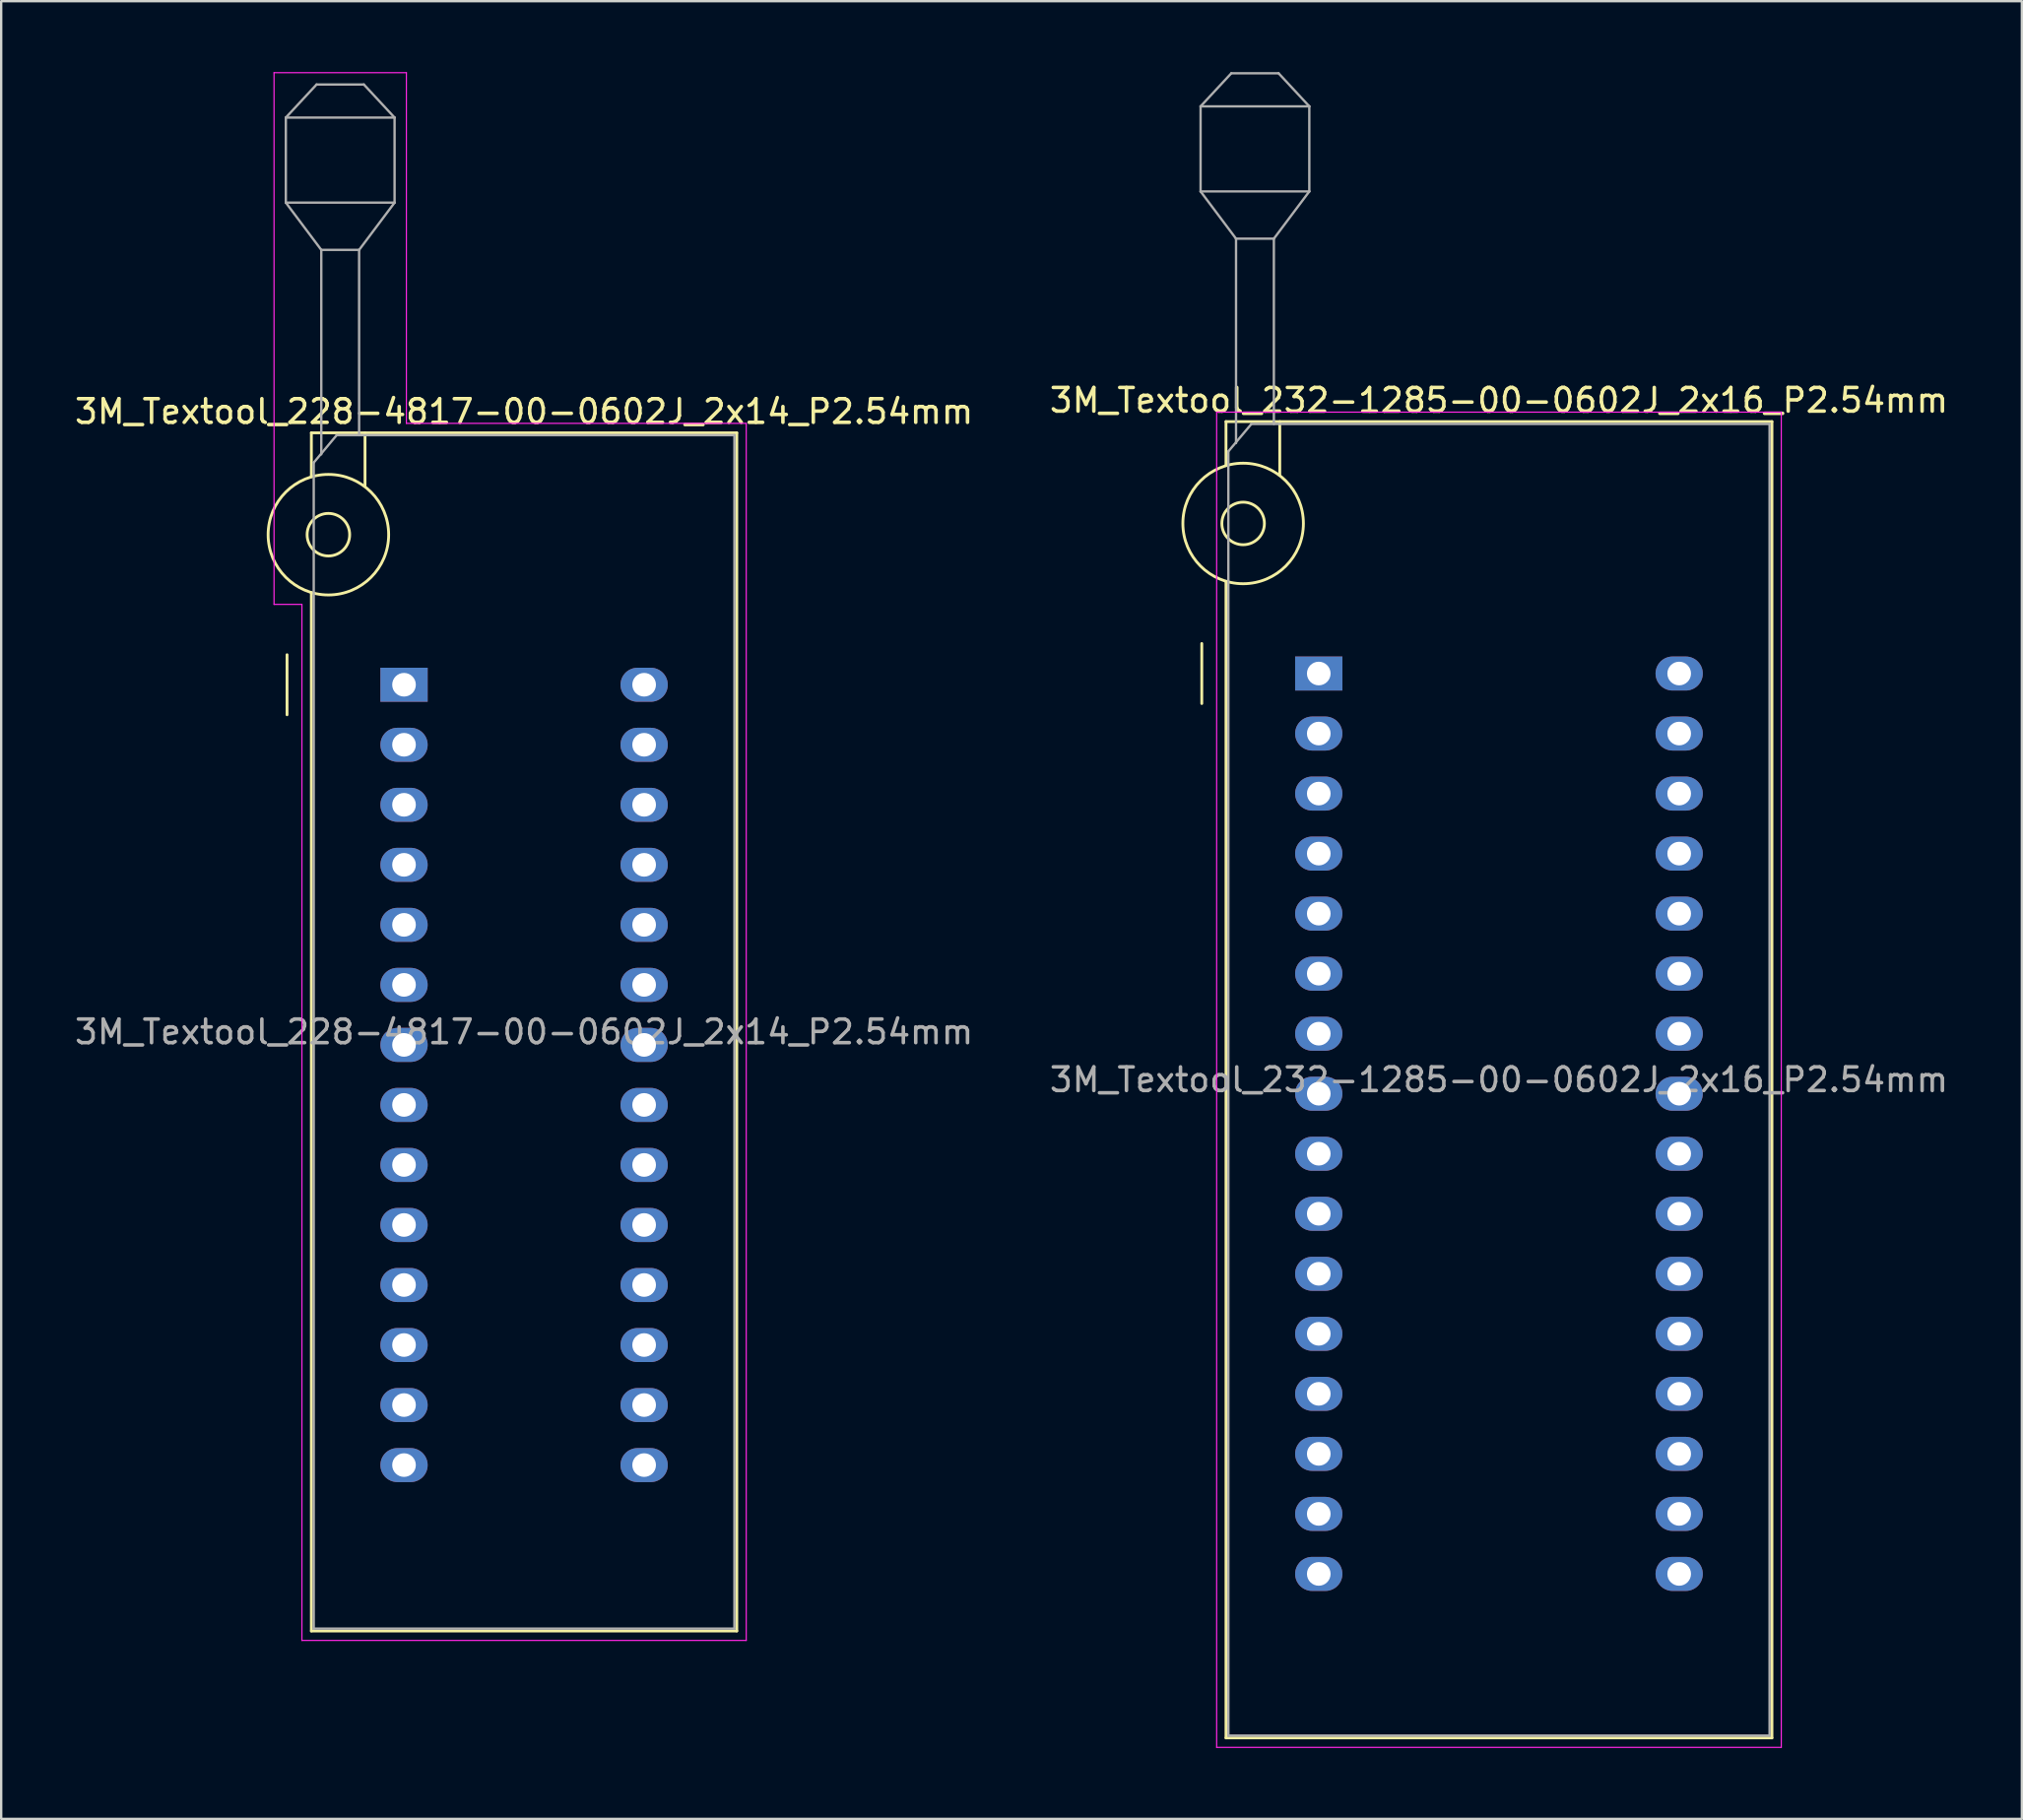
<source format=kicad_pcb>
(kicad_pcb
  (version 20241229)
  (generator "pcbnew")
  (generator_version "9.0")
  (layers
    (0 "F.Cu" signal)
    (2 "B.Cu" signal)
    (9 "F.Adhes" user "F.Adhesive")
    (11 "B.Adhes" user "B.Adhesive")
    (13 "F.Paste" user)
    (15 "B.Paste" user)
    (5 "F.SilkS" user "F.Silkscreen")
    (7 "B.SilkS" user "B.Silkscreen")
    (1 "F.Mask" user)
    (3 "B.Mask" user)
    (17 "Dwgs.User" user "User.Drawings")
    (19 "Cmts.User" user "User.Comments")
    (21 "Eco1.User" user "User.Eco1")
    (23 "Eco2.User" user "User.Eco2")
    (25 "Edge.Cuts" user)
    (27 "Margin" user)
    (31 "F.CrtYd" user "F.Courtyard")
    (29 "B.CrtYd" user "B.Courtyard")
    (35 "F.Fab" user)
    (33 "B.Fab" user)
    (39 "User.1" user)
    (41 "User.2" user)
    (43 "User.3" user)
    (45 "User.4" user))
  (footprint "3M_Textool_232-1285-00-0602J_2x16_P2.54mm"
    (layer "F.Cu")
    (at 52.75 25.45)
    (property "Reference" "3M_Textool_232-1285-00-0602J_2x16_P2.54mm" (at 7.625 -11.56 0) (layer "F.SilkS") (effects (font (size 1 1) (thickness 0.15))))
    (attr through_hole)
    (fp_line (start -4.95 1.27) (end -4.95 -1.27) (stroke (width 0.12) (type solid)) (layer "F.SilkS"))
    (fp_line (start -3.925 -10.66) (end -3.925 -8.8) (stroke (width 0.12) (type solid)) (layer "F.SilkS"))
    (fp_line (start -3.925 -3.9) (end -3.925 45.04) (stroke (width 0.12) (type solid)) (layer "F.SilkS"))
    (fp_line (start -3.925 45.04) (end 19.175 45.04) (stroke (width 0.12) (type solid)) (layer "F.SilkS"))
    (fp_line (start -1.65 -10.66) (end -1.65 -8.4) (stroke (width 0.12) (type solid)) (layer "F.SilkS"))
    (fp_line (start 19.175 -10.66) (end -3.925 -10.66) (stroke (width 0.12) (type solid)) (layer "F.SilkS"))
    (fp_line (start 19.175 45.04) (end 19.175 -10.66) (stroke (width 0.12) (type solid)) (layer "F.SilkS"))
    (fp_circle (center -3.2 -6.35) (end -2.3 -6.35) (stroke (width 0.12) (type solid)) (fill no) (layer "F.SilkS"))
    (fp_circle (center -3.2 -6.35) (end -0.65 -6.35) (stroke (width 0.12) (type solid)) (fill no) (layer "F.SilkS"))
    (fp_line (start -4.32 -11.06) (end -4.32 45.44) (stroke (width 0.05) (type solid)) (layer "F.CrtYd"))
    (fp_line (start -4.32 45.44) (end 19.57 45.44) (stroke (width 0.05) (type solid)) (layer "F.CrtYd"))
    (fp_line (start 19.57 -11.06) (end -4.32 -11.06) (stroke (width 0.05) (type solid)) (layer "F.CrtYd"))
    (fp_line (start 19.57 45.44) (end 19.57 -11.06) (stroke (width 0.05) (type solid)) (layer "F.CrtYd"))
    (fp_line (start -5 -24) (end -5 -20.4) (stroke (width 0.1) (type solid)) (layer "F.Fab"))
    (fp_line (start -5 -24) (end -3.7 -25.4) (stroke (width 0.1) (type solid)) (layer "F.Fab"))
    (fp_line (start -5 -20.4) (end -3.5 -18.4) (stroke (width 0.1) (type solid)) (layer "F.Fab"))
    (fp_line (start -5 -20.4) (end -0.4 -20.4) (stroke (width 0.1) (type solid)) (layer "F.Fab"))
    (fp_line (start -3.825 -9.4) (end -2.85 -10.56) (stroke (width 0.1) (type solid)) (layer "F.Fab"))
    (fp_line (start -3.825 44.94) (end -3.825 -9.4) (stroke (width 0.1) (type solid)) (layer "F.Fab"))
    (fp_line (start -3.7 -25.4) (end -1.7 -25.4) (stroke (width 0.1) (type solid)) (layer "F.Fab"))
    (fp_line (start -3.5 -18.4) (end -1.9 -18.4) (stroke (width 0.1) (type solid)) (layer "F.Fab"))
    (fp_line (start -3.5 -9.75) (end -3.5 -18.4) (stroke (width 0.1) (type solid)) (layer "F.Fab"))
    (fp_line (start -2.85 -10.56) (end 19.075 -10.56) (stroke (width 0.1) (type solid)) (layer "F.Fab"))
    (fp_line (start -1.9 -18.4) (end -1.9 -10.56) (stroke (width 0.1) (type solid)) (layer "F.Fab"))
    (fp_line (start -1.7 -25.4) (end -0.4 -24) (stroke (width 0.1) (type solid)) (layer "F.Fab"))
    (fp_line (start -0.4 -24) (end -5 -24) (stroke (width 0.1) (type solid)) (layer "F.Fab"))
    (fp_line (start -0.4 -20.4) (end -1.9 -18.4) (stroke (width 0.1) (type solid)) (layer "F.Fab"))
    (fp_line (start -0.4 -20.4) (end -0.4 -24) (stroke (width 0.1) (type solid)) (layer "F.Fab"))
    (fp_line (start 19.075 -10.56) (end 19.075 44.94) (stroke (width 0.1) (type solid)) (layer "F.Fab"))
    (fp_line (start 19.075 44.94) (end -3.825 44.94) (stroke (width 0.1) (type solid)) (layer "F.Fab"))
    (fp_text user "${REFERENCE}" (at 7.625 17.19 0) (layer "F.Fab") (effects (font (size 1 1) (thickness 0.15))))
    (pad "1" thru_hole rect (at 0 0) (size 2 1.44) (drill 1) (layers "*.Cu" "*.Mask"))
    (pad "2" thru_hole oval (at 0 2.54) (size 2 1.44) (drill 1) (layers "*.Cu" "*.Mask"))
    (pad "3" thru_hole oval (at 0 5.08) (size 2 1.44) (drill 1) (layers "*.Cu" "*.Mask"))
    (pad "4" thru_hole oval (at 0 7.62) (size 2 1.44) (drill 1) (layers "*.Cu" "*.Mask"))
    (pad "5" thru_hole oval (at 0 10.16) (size 2 1.44) (drill 1) (layers "*.Cu" "*.Mask"))
    (pad "6" thru_hole oval (at 0 12.7) (size 2 1.44) (drill 1) (layers "*.Cu" "*.Mask"))
    (pad "7" thru_hole oval (at 0 15.24) (size 2 1.44) (drill 1) (layers "*.Cu" "*.Mask"))
    (pad "8" thru_hole oval (at 0 17.78) (size 2 1.44) (drill 1) (layers "*.Cu" "*.Mask"))
    (pad "9" thru_hole oval (at 0 20.32) (size 2 1.44) (drill 1) (layers "*.Cu" "*.Mask"))
    (pad "10" thru_hole oval (at 0 22.86) (size 2 1.44) (drill 1) (layers "*.Cu" "*.Mask"))
    (pad "11" thru_hole oval (at 0 25.4) (size 2 1.44) (drill 1) (layers "*.Cu" "*.Mask"))
    (pad "12" thru_hole oval (at 0 27.94) (size 2 1.44) (drill 1) (layers "*.Cu" "*.Mask"))
    (pad "13" thru_hole oval (at 0 30.48) (size 2 1.44) (drill 1) (layers "*.Cu" "*.Mask"))
    (pad "14" thru_hole oval (at 0 33.02) (size 2 1.44) (drill 1) (layers "*.Cu" "*.Mask"))
    (pad "15" thru_hole oval (at 0 35.56) (size 2 1.44) (drill 1) (layers "*.Cu" "*.Mask"))
    (pad "16" thru_hole oval (at 0 38.1) (size 2 1.44) (drill 1) (layers "*.Cu" "*.Mask"))
    (pad "17" thru_hole oval (at 15.25 38.1) (size 2 1.44) (drill 1) (layers "*.Cu" "*.Mask"))
    (pad "18" thru_hole oval (at 15.25 35.56) (size 2 1.44) (drill 1) (layers "*.Cu" "*.Mask"))
    (pad "19" thru_hole oval (at 15.25 33.02) (size 2 1.44) (drill 1) (layers "*.Cu" "*.Mask"))
    (pad "20" thru_hole oval (at 15.25 30.48) (size 2 1.44) (drill 1) (layers "*.Cu" "*.Mask"))
    (pad "21" thru_hole oval (at 15.25 27.94) (size 2 1.44) (drill 1) (layers "*.Cu" "*.Mask"))
    (pad "22" thru_hole oval (at 15.25 25.4) (size 2 1.44) (drill 1) (layers "*.Cu" "*.Mask"))
    (pad "23" thru_hole oval (at 15.25 22.86) (size 2 1.44) (drill 1) (layers "*.Cu" "*.Mask"))
    (pad "24" thru_hole oval (at 15.25 20.32) (size 2 1.44) (drill 1) (layers "*.Cu" "*.Mask"))
    (pad "25" thru_hole oval (at 15.25 17.78) (size 2 1.44) (drill 1) (layers "*.Cu" "*.Mask"))
    (pad "26" thru_hole oval (at 15.25 15.24) (size 2 1.44) (drill 1) (layers "*.Cu" "*.Mask"))
    (pad "27" thru_hole oval (at 15.25 12.7) (size 2 1.44) (drill 1) (layers "*.Cu" "*.Mask"))
    (pad "28" thru_hole oval (at 15.25 10.16) (size 2 1.44) (drill 1) (layers "*.Cu" "*.Mask"))
    (pad "29" thru_hole oval (at 15.25 7.62) (size 2 1.44) (drill 1) (layers "*.Cu" "*.Mask"))
    (pad "30" thru_hole oval (at 15.25 5.08) (size 2 1.44) (drill 1) (layers "*.Cu" "*.Mask"))
    (pad "31" thru_hole oval (at 15.25 2.54) (size 2 1.44) (drill 1) (layers "*.Cu" "*.Mask"))
    (pad "32" thru_hole oval (at 15.25 0) (size 2 1.44) (drill 1) (layers "*.Cu" "*.Mask")))
  (footprint "3M_Textool_228-4817-00-0602J_2x14_P2.54mm"
    (layer "F.Cu")
    (at 14.045 25.925)
    (property "Reference" "3M_Textool_228-4817-00-0602J_2x14_P2.54mm" (at 5.08 -11.56 0) (layer "F.SilkS") (effects (font (size 1 1) (thickness 0.15))))
    (attr through_hole)
    (fp_line (start -4.95 1.27) (end -4.95 -1.27) (stroke (width 0.12) (type solid)) (layer "F.SilkS"))
    (fp_line (start -3.92 -10.66) (end -3.92 -8.8) (stroke (width 0.12) (type solid)) (layer "F.SilkS"))
    (fp_line (start -3.92 -3.9) (end -3.92 40.04) (stroke (width 0.12) (type solid)) (layer "F.SilkS"))
    (fp_line (start -3.92 40.04) (end 14.08 40.04) (stroke (width 0.12) (type solid)) (layer "F.SilkS"))
    (fp_line (start -1.65 -10.66) (end -1.65 -8.4) (stroke (width 0.12) (type solid)) (layer "F.SilkS"))
    (fp_line (start 14.08 -10.66) (end -3.92 -10.66) (stroke (width 0.12) (type solid)) (layer "F.SilkS"))
    (fp_line (start 14.08 40.04) (end 14.08 -10.66) (stroke (width 0.12) (type solid)) (layer "F.SilkS"))
    (fp_circle (center -3.2 -6.35) (end -2.3 -6.35) (stroke (width 0.12) (type solid)) (fill no) (layer "F.SilkS"))
    (fp_circle (center -3.2 -6.35) (end -0.65 -6.35) (stroke (width 0.12) (type solid)) (fill no) (layer "F.SilkS"))
    (fp_line (start -5.5 -25.9) (end 0.1 -25.9) (stroke (width 0.05) (type solid)) (layer "F.CrtYd"))
    (fp_line (start -5.5 -3.4) (end -5.5 -25.9) (stroke (width 0.05) (type solid)) (layer "F.CrtYd"))
    (fp_line (start -4.32 -3.4) (end -5.5 -3.4) (stroke (width 0.05) (type solid)) (layer "F.CrtYd"))
    (fp_line (start -4.32 40.44) (end -4.32 -3.4) (stroke (width 0.05) (type solid)) (layer "F.CrtYd"))
    (fp_line (start 0.1 -25.9) (end 0.1 -11.06) (stroke (width 0.05) (type solid)) (layer "F.CrtYd"))
    (fp_line (start 0.1 -11.06) (end 14.48 -11.06) (stroke (width 0.05) (type solid)) (layer "F.CrtYd"))
    (fp_line (start 14.48 -11.06) (end 14.48 40.44) (stroke (width 0.05) (type solid)) (layer "F.CrtYd"))
    (fp_line (start 14.48 40.44) (end -4.32 40.44) (stroke (width 0.05) (type solid)) (layer "F.CrtYd"))
    (fp_line (start -5 -24) (end -5 -20.4) (stroke (width 0.1) (type solid)) (layer "F.Fab"))
    (fp_line (start -5 -24) (end -3.7 -25.4) (stroke (width 0.1) (type solid)) (layer "F.Fab"))
    (fp_line (start -5 -20.4) (end -3.5 -18.4) (stroke (width 0.1) (type solid)) (layer "F.Fab"))
    (fp_line (start -5 -20.4) (end -0.4 -20.4) (stroke (width 0.1) (type solid)) (layer "F.Fab"))
    (fp_line (start -3.82 -9.4) (end -2.85 -10.56) (stroke (width 0.1) (type solid)) (layer "F.Fab"))
    (fp_line (start -3.82 39.94) (end -3.82 -9.4) (stroke (width 0.1) (type solid)) (layer "F.Fab"))
    (fp_line (start -3.7 -25.4) (end -1.7 -25.4) (stroke (width 0.1) (type solid)) (layer "F.Fab"))
    (fp_line (start -3.5 -18.4) (end -1.9 -18.4) (stroke (width 0.1) (type solid)) (layer "F.Fab"))
    (fp_line (start -3.5 -9.75) (end -3.5 -18.4) (stroke (width 0.1) (type solid)) (layer "F.Fab"))
    (fp_line (start -2.85 -10.56) (end 13.98 -10.56) (stroke (width 0.1) (type solid)) (layer "F.Fab"))
    (fp_line (start -1.9 -18.4) (end -1.9 -10.56) (stroke (width 0.1) (type solid)) (layer "F.Fab"))
    (fp_line (start -1.7 -25.4) (end -0.4 -24) (stroke (width 0.1) (type solid)) (layer "F.Fab"))
    (fp_line (start -0.4 -24) (end -5 -24) (stroke (width 0.1) (type solid)) (layer "F.Fab"))
    (fp_line (start -0.4 -20.4) (end -1.9 -18.4) (stroke (width 0.1) (type solid)) (layer "F.Fab"))
    (fp_line (start -0.4 -20.4) (end -0.4 -24) (stroke (width 0.1) (type solid)) (layer "F.Fab"))
    (fp_line (start 13.98 -10.56) (end 13.98 39.94) (stroke (width 0.1) (type solid)) (layer "F.Fab"))
    (fp_line (start 13.98 39.94) (end -3.82 39.94) (stroke (width 0.1) (type solid)) (layer "F.Fab"))
    (fp_text user "${REFERENCE}" (at 5.08 14.69 0) (layer "F.Fab") (effects (font (size 1 1) (thickness 0.15))))
    (pad "1" thru_hole rect (at 0 0) (size 2 1.44) (drill 1) (layers "*.Cu" "*.Mask"))
    (pad "2" thru_hole oval (at 0 2.54) (size 2 1.44) (drill 1) (layers "*.Cu" "*.Mask"))
    (pad "3" thru_hole oval (at 0 5.08) (size 2 1.44) (drill 1) (layers "*.Cu" "*.Mask"))
    (pad "4" thru_hole oval (at 0 7.62) (size 2 1.44) (drill 1) (layers "*.Cu" "*.Mask"))
    (pad "5" thru_hole oval (at 0 10.16) (size 2 1.44) (drill 1) (layers "*.Cu" "*.Mask"))
    (pad "6" thru_hole oval (at 0 12.7) (size 2 1.44) (drill 1) (layers "*.Cu" "*.Mask"))
    (pad "7" thru_hole oval (at 0 15.24) (size 2 1.44) (drill 1) (layers "*.Cu" "*.Mask"))
    (pad "8" thru_hole oval (at 0 17.78) (size 2 1.44) (drill 1) (layers "*.Cu" "*.Mask"))
    (pad "9" thru_hole oval (at 0 20.32) (size 2 1.44) (drill 1) (layers "*.Cu" "*.Mask"))
    (pad "10" thru_hole oval (at 0 22.86) (size 2 1.44) (drill 1) (layers "*.Cu" "*.Mask"))
    (pad "11" thru_hole oval (at 0 25.4) (size 2 1.44) (drill 1) (layers "*.Cu" "*.Mask"))
    (pad "12" thru_hole oval (at 0 27.94) (size 2 1.44) (drill 1) (layers "*.Cu" "*.Mask"))
    (pad "13" thru_hole oval (at 0 30.48) (size 2 1.44) (drill 1) (layers "*.Cu" "*.Mask"))
    (pad "14" thru_hole oval (at 0 33.02) (size 2 1.44) (drill 1) (layers "*.Cu" "*.Mask"))
    (pad "15" thru_hole oval (at 10.16 33.02) (size 2 1.44) (drill 1) (layers "*.Cu" "*.Mask"))
    (pad "16" thru_hole oval (at 10.16 30.48) (size 2 1.44) (drill 1) (layers "*.Cu" "*.Mask"))
    (pad "17" thru_hole oval (at 10.16 27.94) (size 2 1.44) (drill 1) (layers "*.Cu" "*.Mask"))
    (pad "18" thru_hole oval (at 10.16 25.4) (size 2 1.44) (drill 1) (layers "*.Cu" "*.Mask"))
    (pad "19" thru_hole oval (at 10.16 22.86) (size 2 1.44) (drill 1) (layers "*.Cu" "*.Mask"))
    (pad "20" thru_hole oval (at 10.16 20.32) (size 2 1.44) (drill 1) (layers "*.Cu" "*.Mask"))
    (pad "21" thru_hole oval (at 10.16 17.78) (size 2 1.44) (drill 1) (layers "*.Cu" "*.Mask"))
    (pad "22" thru_hole oval (at 10.16 15.24) (size 2 1.44) (drill 1) (layers "*.Cu" "*.Mask"))
    (pad "23" thru_hole oval (at 10.16 12.7) (size 2 1.44) (drill 1) (layers "*.Cu" "*.Mask"))
    (pad "24" thru_hole oval (at 10.16 10.16) (size 2 1.44) (drill 1) (layers "*.Cu" "*.Mask"))
    (pad "25" thru_hole oval (at 10.16 7.62) (size 2 1.44) (drill 1) (layers "*.Cu" "*.Mask"))
    (pad "26" thru_hole oval (at 10.16 5.08) (size 2 1.44) (drill 1) (layers "*.Cu" "*.Mask"))
    (pad "27" thru_hole oval (at 10.16 2.54) (size 2 1.44) (drill 1) (layers "*.Cu" "*.Mask"))
    (pad "28" thru_hole oval (at 10.16 0) (size 2 1.44) (drill 1) (layers "*.Cu" "*.Mask")))
  (gr_rect
    (start -3 -3)
    (end 82.5 73.915)
    (stroke (width 0.1) (type default))
    (fill no)
    (layer "Edge.Cuts")))
</source>
